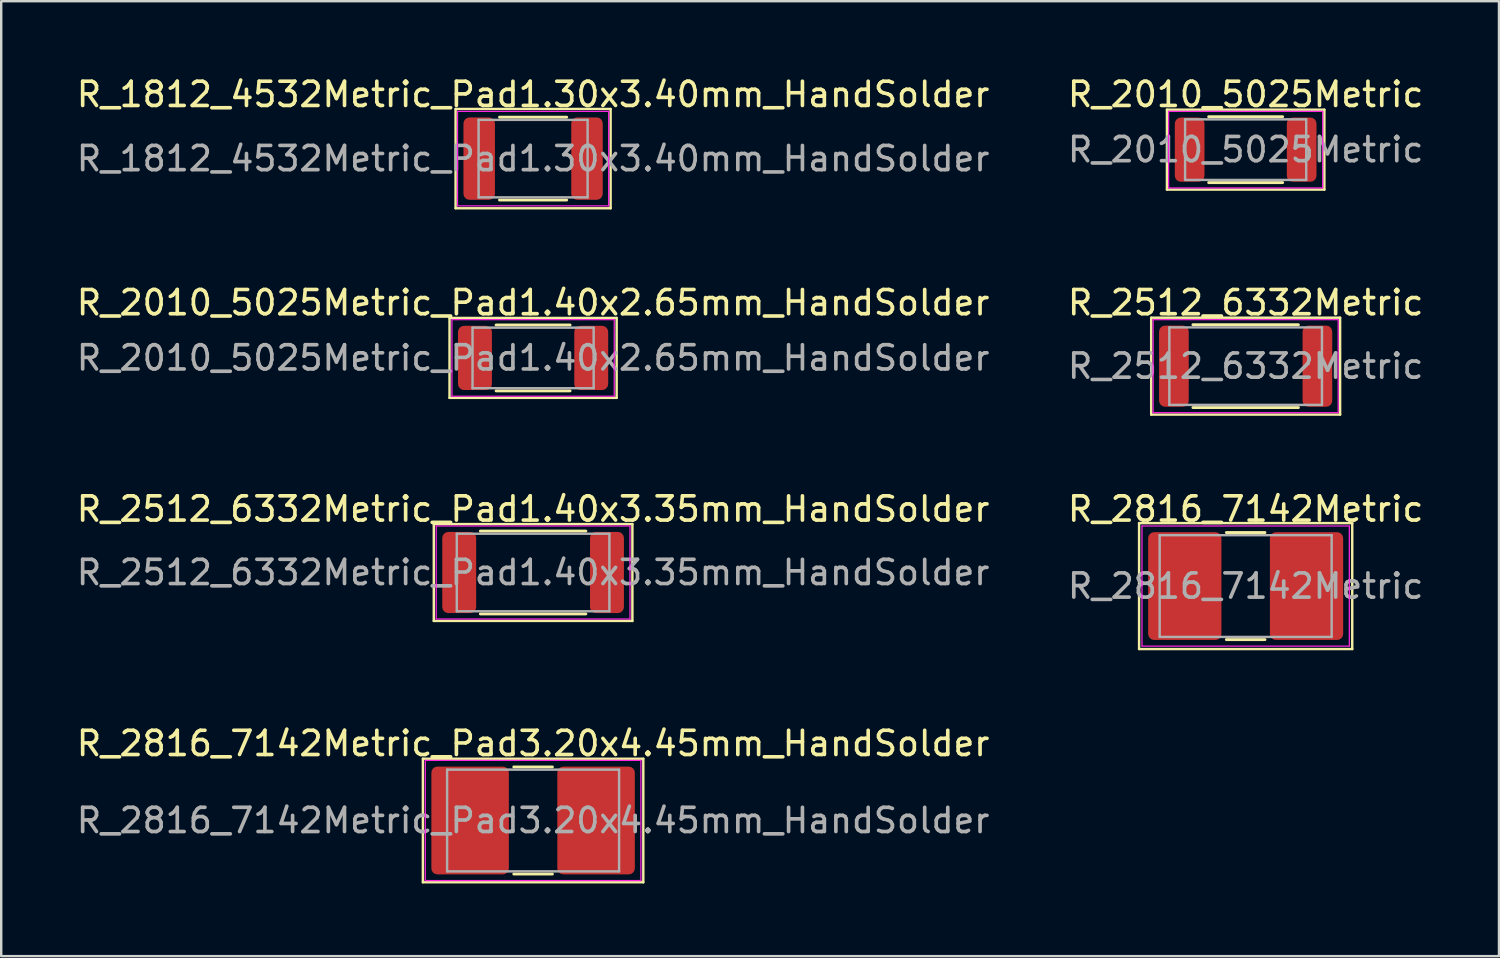
<source format=kicad_pcb>
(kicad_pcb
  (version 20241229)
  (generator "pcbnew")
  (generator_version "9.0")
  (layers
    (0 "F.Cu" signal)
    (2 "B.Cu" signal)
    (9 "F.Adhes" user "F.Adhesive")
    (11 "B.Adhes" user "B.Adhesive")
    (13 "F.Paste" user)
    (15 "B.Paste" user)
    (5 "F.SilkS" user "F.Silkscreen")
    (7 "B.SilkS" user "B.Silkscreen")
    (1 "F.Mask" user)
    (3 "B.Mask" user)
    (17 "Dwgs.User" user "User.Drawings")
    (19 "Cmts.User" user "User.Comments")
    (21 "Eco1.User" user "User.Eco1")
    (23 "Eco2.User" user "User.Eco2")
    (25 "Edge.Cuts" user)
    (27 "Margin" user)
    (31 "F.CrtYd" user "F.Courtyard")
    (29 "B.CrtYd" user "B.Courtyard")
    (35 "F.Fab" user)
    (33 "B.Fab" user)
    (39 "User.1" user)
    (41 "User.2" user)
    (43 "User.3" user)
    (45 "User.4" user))
  (footprint "R_1812_4532Metric_Pad1.30x3.40mm_HandSolder"
    (layer "F.Cu")
    (at 18.958 3.498)
    (property "Reference" "R_1812_4532Metric_Pad1.30x3.40mm_HandSolder" (at 0 -2.65 0) (layer "F.SilkS") (effects (font (size 1 1) (thickness 0.15))))
    (attr smd)
    (fp_line (start -3.2 -2.05) (end 3.2 -2.05) (stroke (width 0.1) (type default)) (layer "F.SilkS"))
    (fp_line (start -3.2 2.05) (end -3.2 -2.05) (stroke (width 0.1) (type default)) (layer "F.SilkS"))
    (fp_line (start -1.386 -1.71) (end 1.386 -1.71) (stroke (width 0.12) (type solid)) (layer "F.SilkS"))
    (fp_line (start -1.386 1.71) (end 1.386 1.71) (stroke (width 0.12) (type solid)) (layer "F.SilkS"))
    (fp_line (start 3.2 -2.05) (end 3.2 2.05) (stroke (width 0.1) (type default)) (layer "F.SilkS"))
    (fp_line (start 3.2 2.05) (end -3.2 2.05) (stroke (width 0.1) (type default)) (layer "F.SilkS"))
    (fp_line (start -3.12 -1.95) (end 3.12 -1.95) (stroke (width 0.05) (type solid)) (layer "F.CrtYd"))
    (fp_line (start -3.12 1.95) (end -3.12 -1.95) (stroke (width 0.05) (type solid)) (layer "F.CrtYd"))
    (fp_line (start 3.12 -1.95) (end 3.12 1.95) (stroke (width 0.05) (type solid)) (layer "F.CrtYd"))
    (fp_line (start 3.12 1.95) (end -3.12 1.95) (stroke (width 0.05) (type solid)) (layer "F.CrtYd"))
    (fp_line (start -2.25 -1.6) (end 2.25 -1.6) (stroke (width 0.1) (type solid)) (layer "F.Fab"))
    (fp_line (start -2.25 1.6) (end -2.25 -1.6) (stroke (width 0.1) (type solid)) (layer "F.Fab"))
    (fp_line (start 2.25 -1.6) (end 2.25 1.6) (stroke (width 0.1) (type solid)) (layer "F.Fab"))
    (fp_line (start 2.25 1.6) (end -2.25 1.6) (stroke (width 0.1) (type solid)) (layer "F.Fab"))
    (fp_text user "${REFERENCE}" (at 0 0 0) (layer "F.Fab") (effects (font (size 1 1) (thickness 0.15))))
    (pad "1" smd roundrect (at -2.225 0) (size 1.3 3.4) (layers "F.Cu" "F.Mask" "F.Paste") (roundrect_rratio 0.192))
    (pad "2" smd roundrect (at 2.225 0) (size 1.3 3.4) (layers "F.Cu" "F.Mask" "F.Paste") (roundrect_rratio 0.192)))
  (footprint "R_2512_6332Metric"
    (layer "F.Cu")
    (at 48.375 12.066)
    (property "Reference" "R_2512_6332Metric" (at 0 -2.62 0) (layer "F.SilkS") (effects (font (size 1 1) (thickness 0.15))))
    (attr smd)
    (fp_line (start -3.9 -2) (end 3.9 -2) (stroke (width 0.1) (type default)) (layer "F.SilkS"))
    (fp_line (start -3.9 2) (end -3.9 -2) (stroke (width 0.1) (type default)) (layer "F.SilkS"))
    (fp_line (start -2.177 -1.71) (end 2.177 -1.71) (stroke (width 0.12) (type solid)) (layer "F.SilkS"))
    (fp_line (start -2.177 1.71) (end 2.177 1.71) (stroke (width 0.12) (type solid)) (layer "F.SilkS"))
    (fp_line (start 3.9 -2) (end 3.9 2) (stroke (width 0.1) (type default)) (layer "F.SilkS"))
    (fp_line (start 3.9 2) (end -3.9 2) (stroke (width 0.1) (type default)) (layer "F.SilkS"))
    (fp_line (start -3.82 -1.92) (end 3.82 -1.92) (stroke (width 0.05) (type solid)) (layer "F.CrtYd"))
    (fp_line (start -3.82 1.92) (end -3.82 -1.92) (stroke (width 0.05) (type solid)) (layer "F.CrtYd"))
    (fp_line (start 3.82 -1.92) (end 3.82 1.92) (stroke (width 0.05) (type solid)) (layer "F.CrtYd"))
    (fp_line (start 3.82 1.92) (end -3.82 1.92) (stroke (width 0.05) (type solid)) (layer "F.CrtYd"))
    (fp_line (start -3.15 -1.6) (end 3.15 -1.6) (stroke (width 0.1) (type solid)) (layer "F.Fab"))
    (fp_line (start -3.15 1.6) (end -3.15 -1.6) (stroke (width 0.1) (type solid)) (layer "F.Fab"))
    (fp_line (start 3.15 -1.6) (end 3.15 1.6) (stroke (width 0.1) (type solid)) (layer "F.Fab"))
    (fp_line (start 3.15 1.6) (end -3.15 1.6) (stroke (width 0.1) (type solid)) (layer "F.Fab"))
    (fp_text user "${REFERENCE}" (at 0 0 0) (layer "F.Fab") (effects (font (size 1 1) (thickness 0.15))))
    (pad "1" smd roundrect (at -2.962 0) (size 1.225 3.35) (layers "F.Cu" "F.Mask" "F.Paste") (roundrect_rratio 0.204))
    (pad "2" smd roundrect (at 2.962 0) (size 1.225 3.35) (layers "F.Cu" "F.Mask" "F.Paste") (roundrect_rratio 0.204)))
  (footprint "R_2816_7142Metric_Pad3.20x4.45mm_HandSolder"
    (layer "F.Cu")
    (at 18.958 30.823)
    (property "Reference" "R_2816_7142Metric_Pad3.20x4.45mm_HandSolder" (at 0 -3.18 0) (layer "F.SilkS") (effects (font (size 1 1) (thickness 0.15))))
    (attr smd)
    (fp_line (start -4.55 -2.55) (end 4.55 -2.55) (stroke (width 0.1) (type default)) (layer "F.SilkS"))
    (fp_line (start -4.55 2.55) (end -4.55 -2.55) (stroke (width 0.1) (type default)) (layer "F.SilkS"))
    (fp_line (start -0.797 -2.21) (end 0.797 -2.21) (stroke (width 0.12) (type solid)) (layer "F.SilkS"))
    (fp_line (start -0.797 2.21) (end 0.797 2.21) (stroke (width 0.12) (type solid)) (layer "F.SilkS"))
    (fp_line (start 4.55 -2.55) (end 4.55 2.55) (stroke (width 0.1) (type default)) (layer "F.SilkS"))
    (fp_line (start 4.55 2.55) (end -4.55 2.55) (stroke (width 0.1) (type default)) (layer "F.SilkS"))
    (fp_line (start -4.45 -2.48) (end 4.45 -2.48) (stroke (width 0.05) (type solid)) (layer "F.CrtYd"))
    (fp_line (start -4.45 2.48) (end -4.45 -2.48) (stroke (width 0.05) (type solid)) (layer "F.CrtYd"))
    (fp_line (start 4.45 -2.48) (end 4.45 2.48) (stroke (width 0.05) (type solid)) (layer "F.CrtYd"))
    (fp_line (start 4.45 2.48) (end -4.45 2.48) (stroke (width 0.05) (type solid)) (layer "F.CrtYd"))
    (fp_line (start -3.55 -2.1) (end 3.55 -2.1) (stroke (width 0.1) (type solid)) (layer "F.Fab"))
    (fp_line (start -3.55 2.1) (end -3.55 -2.1) (stroke (width 0.1) (type solid)) (layer "F.Fab"))
    (fp_line (start 3.55 -2.1) (end 3.55 2.1) (stroke (width 0.1) (type solid)) (layer "F.Fab"))
    (fp_line (start 3.55 2.1) (end -3.55 2.1) (stroke (width 0.1) (type solid)) (layer "F.Fab"))
    (fp_text user "${REFERENCE}" (at 0 0 0) (layer "F.Fab") (effects (font (size 1 1) (thickness 0.15))))
    (pad "1" smd roundrect (at -2.6 0) (size 3.2 4.45) (layers "F.Cu" "F.Mask" "F.Paste") (roundrect_rratio 0.078))
    (pad "2" smd roundrect (at 2.6 0) (size 3.2 4.45) (layers "F.Cu" "F.Mask" "F.Paste") (roundrect_rratio 0.078)))
  (footprint "R_2816_7142Metric"
    (layer "F.Cu")
    (at 48.375 21.145)
    (property "Reference" "R_2816_7142Metric" (at 0 -3.18 0) (layer "F.SilkS") (effects (font (size 1 1) (thickness 0.15))))
    (attr smd)
    (fp_line (start -4.4 -2.6) (end 4.4 -2.6) (stroke (width 0.1) (type default)) (layer "F.SilkS"))
    (fp_line (start -4.4 2.6) (end -4.4 -2.6) (stroke (width 0.1) (type default)) (layer "F.SilkS"))
    (fp_line (start -0.797 -2.21) (end 0.797 -2.21) (stroke (width 0.12) (type solid)) (layer "F.SilkS"))
    (fp_line (start -0.797 2.21) (end 0.797 2.21) (stroke (width 0.12) (type solid)) (layer "F.SilkS"))
    (fp_line (start 4.4 -2.6) (end 4.4 2.6) (stroke (width 0.1) (type default)) (layer "F.SilkS"))
    (fp_line (start 4.4 2.6) (end -4.4 2.6) (stroke (width 0.1) (type default)) (layer "F.SilkS"))
    (fp_line (start -4.28 -2.48) (end 4.28 -2.48) (stroke (width 0.05) (type solid)) (layer "F.CrtYd"))
    (fp_line (start -4.28 2.48) (end -4.28 -2.48) (stroke (width 0.05) (type solid)) (layer "F.CrtYd"))
    (fp_line (start 4.28 -2.48) (end 4.28 2.48) (stroke (width 0.05) (type solid)) (layer "F.CrtYd"))
    (fp_line (start 4.28 2.48) (end -4.28 2.48) (stroke (width 0.05) (type solid)) (layer "F.CrtYd"))
    (fp_line (start -3.55 -2.1) (end 3.55 -2.1) (stroke (width 0.1) (type solid)) (layer "F.Fab"))
    (fp_line (start -3.55 2.1) (end -3.55 -2.1) (stroke (width 0.1) (type solid)) (layer "F.Fab"))
    (fp_line (start 3.55 -2.1) (end 3.55 2.1) (stroke (width 0.1) (type solid)) (layer "F.Fab"))
    (fp_line (start 3.55 2.1) (end -3.55 2.1) (stroke (width 0.1) (type solid)) (layer "F.Fab"))
    (fp_text user "${REFERENCE}" (at 0 0 0) (layer "F.Fab") (effects (font (size 1 1) (thickness 0.15))))
    (pad "1" smd roundrect (at -2.513 0) (size 3.025 4.45) (layers "F.Cu" "F.Mask" "F.Paste") (roundrect_rratio 0.083))
    (pad "2" smd roundrect (at 2.513 0) (size 3.025 4.45) (layers "F.Cu" "F.Mask" "F.Paste") (roundrect_rratio 0.083)))
  (footprint "R_2512_6332Metric_Pad1.40x3.35mm_HandSolder"
    (layer "F.Cu")
    (at 18.958 20.585)
    (property "Reference" "R_2512_6332Metric_Pad1.40x3.35mm_HandSolder" (at 0 -2.62 0) (layer "F.SilkS") (effects (font (size 1 1) (thickness 0.15))))
    (attr smd)
    (fp_line (start -4.1 -2) (end 4.1 -2) (stroke (width 0.1) (type default)) (layer "F.SilkS"))
    (fp_line (start -4.1 2) (end -4.1 -2) (stroke (width 0.1) (type default)) (layer "F.SilkS"))
    (fp_line (start -2.177 -1.71) (end 2.177 -1.71) (stroke (width 0.12) (type solid)) (layer "F.SilkS"))
    (fp_line (start -2.177 1.71) (end 2.177 1.71) (stroke (width 0.12) (type solid)) (layer "F.SilkS"))
    (fp_line (start 4.1 -2) (end 4.1 2) (stroke (width 0.1) (type default)) (layer "F.SilkS"))
    (fp_line (start 4.1 2) (end -4.1 2) (stroke (width 0.1) (type default)) (layer "F.SilkS"))
    (fp_line (start -4 -1.92) (end 4 -1.92) (stroke (width 0.05) (type solid)) (layer "F.CrtYd"))
    (fp_line (start -4 1.92) (end -4 -1.92) (stroke (width 0.05) (type solid)) (layer "F.CrtYd"))
    (fp_line (start 4 -1.92) (end 4 1.92) (stroke (width 0.05) (type solid)) (layer "F.CrtYd"))
    (fp_line (start 4 1.92) (end -4 1.92) (stroke (width 0.05) (type solid)) (layer "F.CrtYd"))
    (fp_line (start -3.15 -1.6) (end 3.15 -1.6) (stroke (width 0.1) (type solid)) (layer "F.Fab"))
    (fp_line (start -3.15 1.6) (end -3.15 -1.6) (stroke (width 0.1) (type solid)) (layer "F.Fab"))
    (fp_line (start 3.15 -1.6) (end 3.15 1.6) (stroke (width 0.1) (type solid)) (layer "F.Fab"))
    (fp_line (start 3.15 1.6) (end -3.15 1.6) (stroke (width 0.1) (type solid)) (layer "F.Fab"))
    (fp_text user "${REFERENCE}" (at 0 0 0) (layer "F.Fab") (effects (font (size 1 1) (thickness 0.15))))
    (pad "1" smd roundrect (at -3.05 0) (size 1.4 3.35) (layers "F.Cu" "F.Mask" "F.Paste") (roundrect_rratio 0.179))
    (pad "2" smd roundrect (at 3.05 0) (size 1.4 3.35) (layers "F.Cu" "F.Mask" "F.Paste") (roundrect_rratio 0.179)))
  (footprint "R_2010_5025Metric"
    (layer "F.Cu")
    (at 48.375 3.128)
    (property "Reference" "R_2010_5025Metric" (at 0 -2.28 0) (layer "F.SilkS") (effects (font (size 1 1) (thickness 0.15))))
    (attr smd)
    (fp_line (start -3.25 -1.65) (end 3.25 -1.65) (stroke (width 0.1) (type default)) (layer "F.SilkS"))
    (fp_line (start -3.25 1.65) (end -3.25 -1.65) (stroke (width 0.1) (type default)) (layer "F.SilkS"))
    (fp_line (start -1.527 -1.36) (end 1.527 -1.36) (stroke (width 0.12) (type solid)) (layer "F.SilkS"))
    (fp_line (start -1.527 1.36) (end 1.527 1.36) (stroke (width 0.12) (type solid)) (layer "F.SilkS"))
    (fp_line (start 3.25 -1.65) (end 3.25 1.65) (stroke (width 0.1) (type default)) (layer "F.SilkS"))
    (fp_line (start 3.25 1.65) (end -3.25 1.65) (stroke (width 0.1) (type default)) (layer "F.SilkS"))
    (fp_line (start -3.18 -1.58) (end 3.18 -1.58) (stroke (width 0.05) (type solid)) (layer "F.CrtYd"))
    (fp_line (start -3.18 1.58) (end -3.18 -1.58) (stroke (width 0.05) (type solid)) (layer "F.CrtYd"))
    (fp_line (start 3.18 -1.58) (end 3.18 1.58) (stroke (width 0.05) (type solid)) (layer "F.CrtYd"))
    (fp_line (start 3.18 1.58) (end -3.18 1.58) (stroke (width 0.05) (type solid)) (layer "F.CrtYd"))
    (fp_line (start -2.5 -1.25) (end 2.5 -1.25) (stroke (width 0.1) (type solid)) (layer "F.Fab"))
    (fp_line (start -2.5 1.25) (end -2.5 -1.25) (stroke (width 0.1) (type solid)) (layer "F.Fab"))
    (fp_line (start 2.5 -1.25) (end 2.5 1.25) (stroke (width 0.1) (type solid)) (layer "F.Fab"))
    (fp_line (start 2.5 1.25) (end -2.5 1.25) (stroke (width 0.1) (type solid)) (layer "F.Fab"))
    (fp_text user "${REFERENCE}" (at 0 0 0) (layer "F.Fab") (effects (font (size 1 1) (thickness 0.15))))
    (pad "1" smd roundrect (at -2.312 0) (size 1.225 2.65) (layers "F.Cu" "F.Mask" "F.Paste") (roundrect_rratio 0.204))
    (pad "2" smd roundrect (at 2.312 0) (size 1.225 2.65) (layers "F.Cu" "F.Mask" "F.Paste") (roundrect_rratio 0.204)))
  (footprint "R_2010_5025Metric_Pad1.40x2.65mm_HandSolder"
    (layer "F.Cu")
    (at 18.958 11.726)
    (property "Reference" "R_2010_5025Metric_Pad1.40x2.65mm_HandSolder" (at 0 -2.28 0) (layer "F.SilkS") (effects (font (size 1 1) (thickness 0.15))))
    (attr smd)
    (fp_line (start -3.45 -1.65) (end 3.45 -1.65) (stroke (width 0.1) (type default)) (layer "F.SilkS"))
    (fp_line (start -3.45 1.65) (end -3.45 -1.65) (stroke (width 0.1) (type default)) (layer "F.SilkS"))
    (fp_line (start -1.527 -1.36) (end 1.527 -1.36) (stroke (width 0.12) (type solid)) (layer "F.SilkS"))
    (fp_line (start -1.527 1.36) (end 1.527 1.36) (stroke (width 0.12) (type solid)) (layer "F.SilkS"))
    (fp_line (start 3.45 -1.65) (end 3.45 1.65) (stroke (width 0.1) (type default)) (layer "F.SilkS"))
    (fp_line (start 3.45 1.65) (end -3.45 1.65) (stroke (width 0.1) (type default)) (layer "F.SilkS"))
    (fp_line (start -3.35 -1.58) (end 3.35 -1.58) (stroke (width 0.05) (type solid)) (layer "F.CrtYd"))
    (fp_line (start -3.35 1.58) (end -3.35 -1.58) (stroke (width 0.05) (type solid)) (layer "F.CrtYd"))
    (fp_line (start 3.35 -1.58) (end 3.35 1.58) (stroke (width 0.05) (type solid)) (layer "F.CrtYd"))
    (fp_line (start 3.35 1.58) (end -3.35 1.58) (stroke (width 0.05) (type solid)) (layer "F.CrtYd"))
    (fp_line (start -2.5 -1.25) (end 2.5 -1.25) (stroke (width 0.1) (type solid)) (layer "F.Fab"))
    (fp_line (start -2.5 1.25) (end -2.5 -1.25) (stroke (width 0.1) (type solid)) (layer "F.Fab"))
    (fp_line (start 2.5 -1.25) (end 2.5 1.25) (stroke (width 0.1) (type solid)) (layer "F.Fab"))
    (fp_line (start 2.5 1.25) (end -2.5 1.25) (stroke (width 0.1) (type solid)) (layer "F.Fab"))
    (fp_text user "${REFERENCE}" (at 0 0 0) (layer "F.Fab") (effects (font (size 1 1) (thickness 0.15))))
    (pad "1" smd roundrect (at -2.4 0) (size 1.4 2.65) (layers "F.Cu" "F.Mask" "F.Paste") (roundrect_rratio 0.179))
    (pad "2" smd roundrect (at 2.4 0) (size 1.4 2.65) (layers "F.Cu" "F.Mask" "F.Paste") (roundrect_rratio 0.179)))
  (gr_rect
    (start -3 -3)
    (end 58.833 36.423)
    (stroke (width 0.1) (type default))
    (fill no)
    (layer "Edge.Cuts")))
</source>
